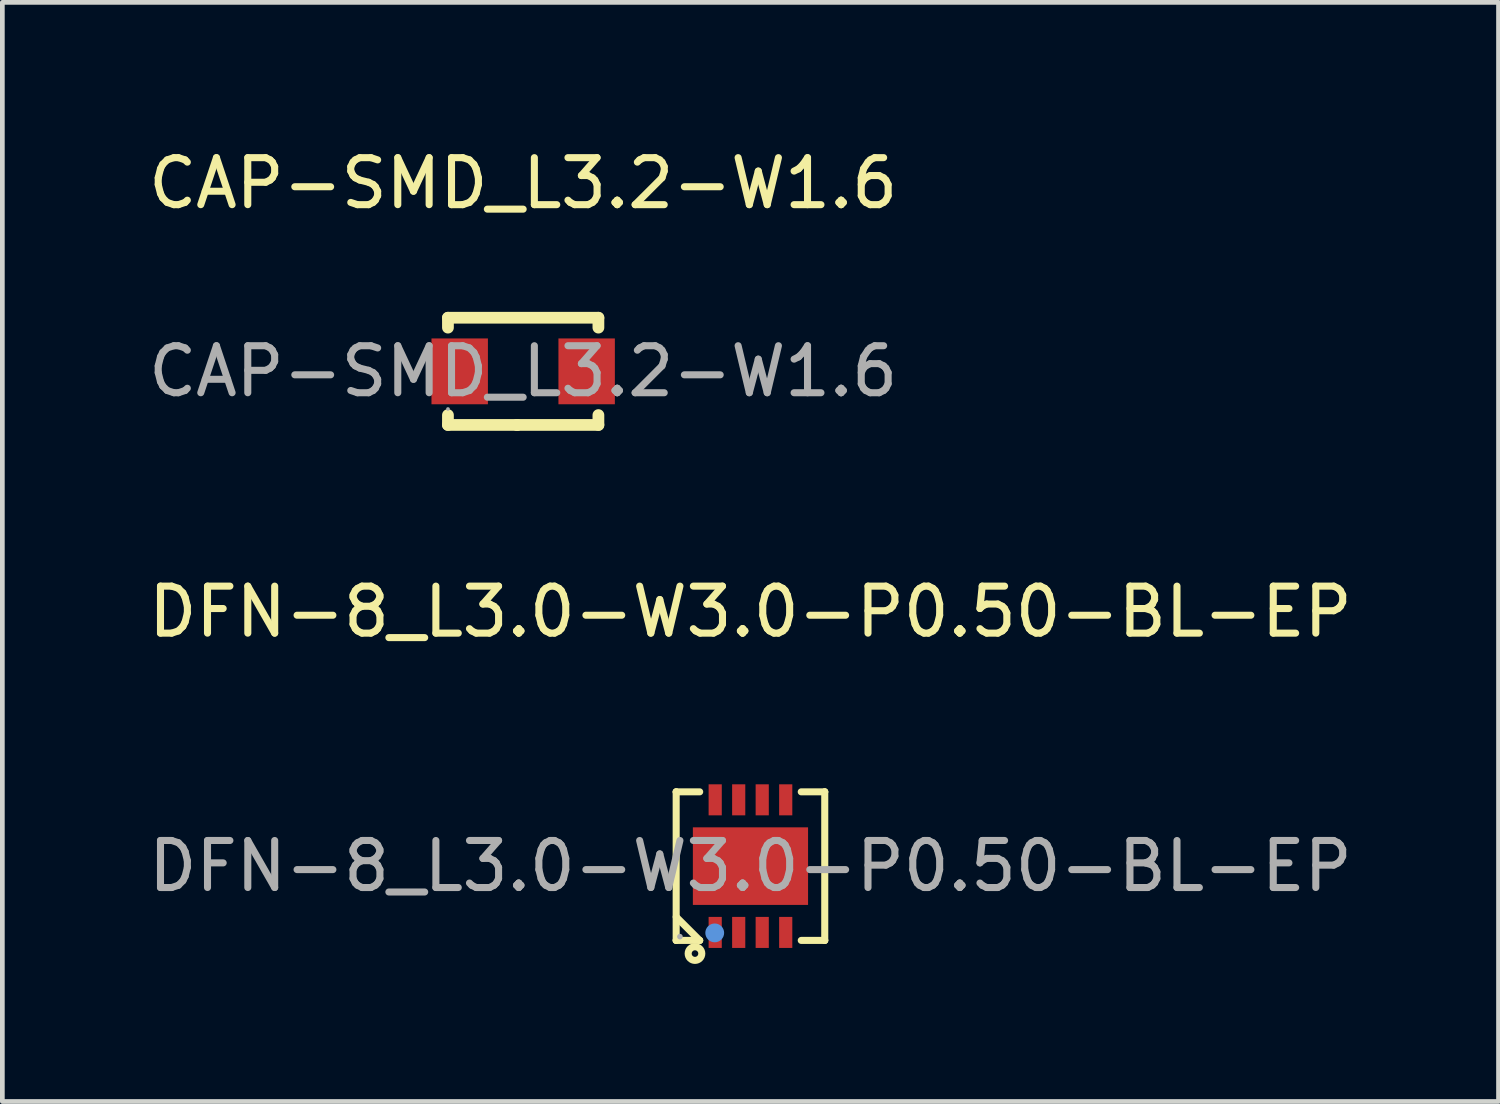
<source format=kicad_pcb>
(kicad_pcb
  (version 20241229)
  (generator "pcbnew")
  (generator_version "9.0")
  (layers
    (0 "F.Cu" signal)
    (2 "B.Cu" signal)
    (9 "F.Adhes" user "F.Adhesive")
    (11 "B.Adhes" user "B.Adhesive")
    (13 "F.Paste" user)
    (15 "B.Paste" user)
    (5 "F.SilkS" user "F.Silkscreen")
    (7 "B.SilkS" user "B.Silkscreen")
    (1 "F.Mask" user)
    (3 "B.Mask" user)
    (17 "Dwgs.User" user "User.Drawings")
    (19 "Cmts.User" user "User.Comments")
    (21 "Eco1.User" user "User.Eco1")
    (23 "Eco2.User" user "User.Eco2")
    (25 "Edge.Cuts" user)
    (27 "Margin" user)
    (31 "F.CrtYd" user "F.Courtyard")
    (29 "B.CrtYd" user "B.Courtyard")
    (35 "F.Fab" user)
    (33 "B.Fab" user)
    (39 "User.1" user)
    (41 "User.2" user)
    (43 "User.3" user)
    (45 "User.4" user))
  (footprint "DFN-8_L3.0-W3.0-P0.50-BL-EP"
    (layer "F.Cu")
    (at 12.911 15.371)
    (property "Reference" "DFN-8_L3.0-W3.0-P0.50-BL-EP" (at 0 -5.41 0) (layer "F.SilkS") (effects (font (size 1 1) (thickness 0.15))))
    (attr smd)
    (fp_line (start -1.58 -1.58) (end -1.58 -1.58) (stroke (width 0.15) (type solid)) (layer "F.SilkS"))
    (fp_line (start -1.58 -1.58) (end -1.08 -1.58) (stroke (width 0.15) (type solid)) (layer "F.SilkS"))
    (fp_line (start -1.58 1.58) (end -1.58 -1.58) (stroke (width 0.15) (type solid)) (layer "F.SilkS"))
    (fp_line (start -1.58 1.58) (end -1.58 1.58) (stroke (width 0.15) (type solid)) (layer "F.SilkS"))
    (fp_line (start -1.08 1.58) (end -1.58 1.08) (stroke (width 0.15) (type solid)) (layer "F.SilkS"))
    (fp_line (start -1.08 1.58) (end -1.58 1.58) (stroke (width 0.15) (type solid)) (layer "F.SilkS"))
    (fp_line (start -1.08 1.58) (end -1.08 1.58) (stroke (width 0.15) (type solid)) (layer "F.SilkS"))
    (fp_line (start 1.08 1.58) (end 1.58 1.58) (stroke (width 0.15) (type solid)) (layer "F.SilkS"))
    (fp_line (start 1.58 -1.58) (end 1.08 -1.58) (stroke (width 0.15) (type solid)) (layer "F.SilkS"))
    (fp_line (start 1.58 -1.58) (end 1.58 -1.58) (stroke (width 0.15) (type solid)) (layer "F.SilkS"))
    (fp_line (start 1.58 1.58) (end 1.58 -1.58) (stroke (width 0.15) (type solid)) (layer "F.SilkS"))
    (fp_line (start 1.58 1.58) (end 1.58 1.58) (stroke (width 0.15) (type solid)) (layer "F.SilkS"))
    (fp_circle (center -1.18 1.86) (end -1.11 1.86) (stroke (width 0.15) (type solid)) (fill no) (layer "F.SilkS"))
    (fp_circle (center -0.76 1.42) (end -0.66 1.42) (stroke (width 0.2) (type solid)) (fill no) (layer "Cmts.User"))
    (fp_circle (center -1.5 1.5) (end -1.47 1.5) (stroke (width 0.06) (type solid)) (fill no) (layer "F.Fab"))
    (fp_text user "${REFERENCE}" (at 0 0 0) (layer "F.Fab") (effects (font (size 1 1) (thickness 0.15))))
    (pad "1" smd rect (at -0.75 1.41) (size 0.28 0.66) (layers "F.Cu" "F.Mask" "F.Paste"))
    (pad "2" smd rect (at -0.25 1.41) (size 0.28 0.66) (layers "F.Cu" "F.Mask" "F.Paste"))
    (pad "3" smd rect (at 0.25 1.41) (size 0.28 0.66) (layers "F.Cu" "F.Mask" "F.Paste"))
    (pad "4" smd rect (at 0.75 1.41) (size 0.28 0.66) (layers "F.Cu" "F.Mask" "F.Paste"))
    (pad "5" smd rect (at 0.75 -1.41) (size 0.28 0.66) (layers "F.Cu" "F.Mask" "F.Paste"))
    (pad "6" smd rect (at 0.25 -1.41) (size 0.28 0.66) (layers "F.Cu" "F.Mask" "F.Paste"))
    (pad "7" smd rect (at -0.25 -1.41) (size 0.28 0.66) (layers "F.Cu" "F.Mask" "F.Paste"))
    (pad "8" smd rect (at -0.75 -1.41) (size 0.28 0.66) (layers "F.Cu" "F.Mask" "F.Paste"))
    (pad "9" smd rect (at 0 0) (size 2.45 1.65) (layers "F.Cu" "F.Mask" "F.Paste")))
  (footprint "CAP-SMD_L3.2-W1.6"
    (layer "F.Cu")
    (at 8.077 4.848)
    (property "Reference" "CAP-SMD_L3.2-W1.6" (at 0 -4 0) (layer "F.SilkS") (effects (font (size 1 1) (thickness 0.15))))
    (attr smd)
    (fp_line (start -1.6 -1.14) (end -1.6 -0.93) (stroke (width 0.25) (type solid)) (layer "F.SilkS"))
    (fp_line (start -1.6 -1.14) (end 1.6 -1.14) (stroke (width 0.25) (type solid)) (layer "F.SilkS"))
    (fp_line (start -1.6 0.93) (end -1.6 1.14) (stroke (width 0.25) (type solid)) (layer "F.SilkS"))
    (fp_line (start -1.6 1.14) (end -0.13 1.14) (stroke (width 0.25) (type solid)) (layer "F.SilkS"))
    (fp_line (start -0.13 1.14) (end -0.13 1.14) (stroke (width 0.25) (type solid)) (layer "F.SilkS"))
    (fp_line (start -0.13 1.14) (end 1.6 1.14) (stroke (width 0.25) (type solid)) (layer "F.SilkS"))
    (fp_line (start 1.6 -1.14) (end 1.6 -0.93) (stroke (width 0.25) (type solid)) (layer "F.SilkS"))
    (fp_line (start 1.6 0.93) (end 1.6 1.14) (stroke (width 0.25) (type solid)) (layer "F.SilkS"))
    (fp_circle (center -1.6 0.8) (end -1.58 0.8) (stroke (width 0.04) (type solid)) (fill no) (layer "F.Fab"))
    (fp_text user "${REFERENCE}" (at 0 0 0) (layer "F.Fab") (effects (font (size 1 1) (thickness 0.15))))
    (pad "1" smd rect (at -1.35 0) (size 1.2 1.4) (layers "F.Cu" "F.Mask" "F.Paste"))
    (pad "2" smd rect (at 1.35 0) (size 1.2 1.4) (layers "F.Cu" "F.Mask" "F.Paste")))
  (gr_rect
    (start -3 -3)
    (end 28.821 20.377)
    (stroke (width 0.1) (type default))
    (fill no)
    (layer "Edge.Cuts")))
</source>
